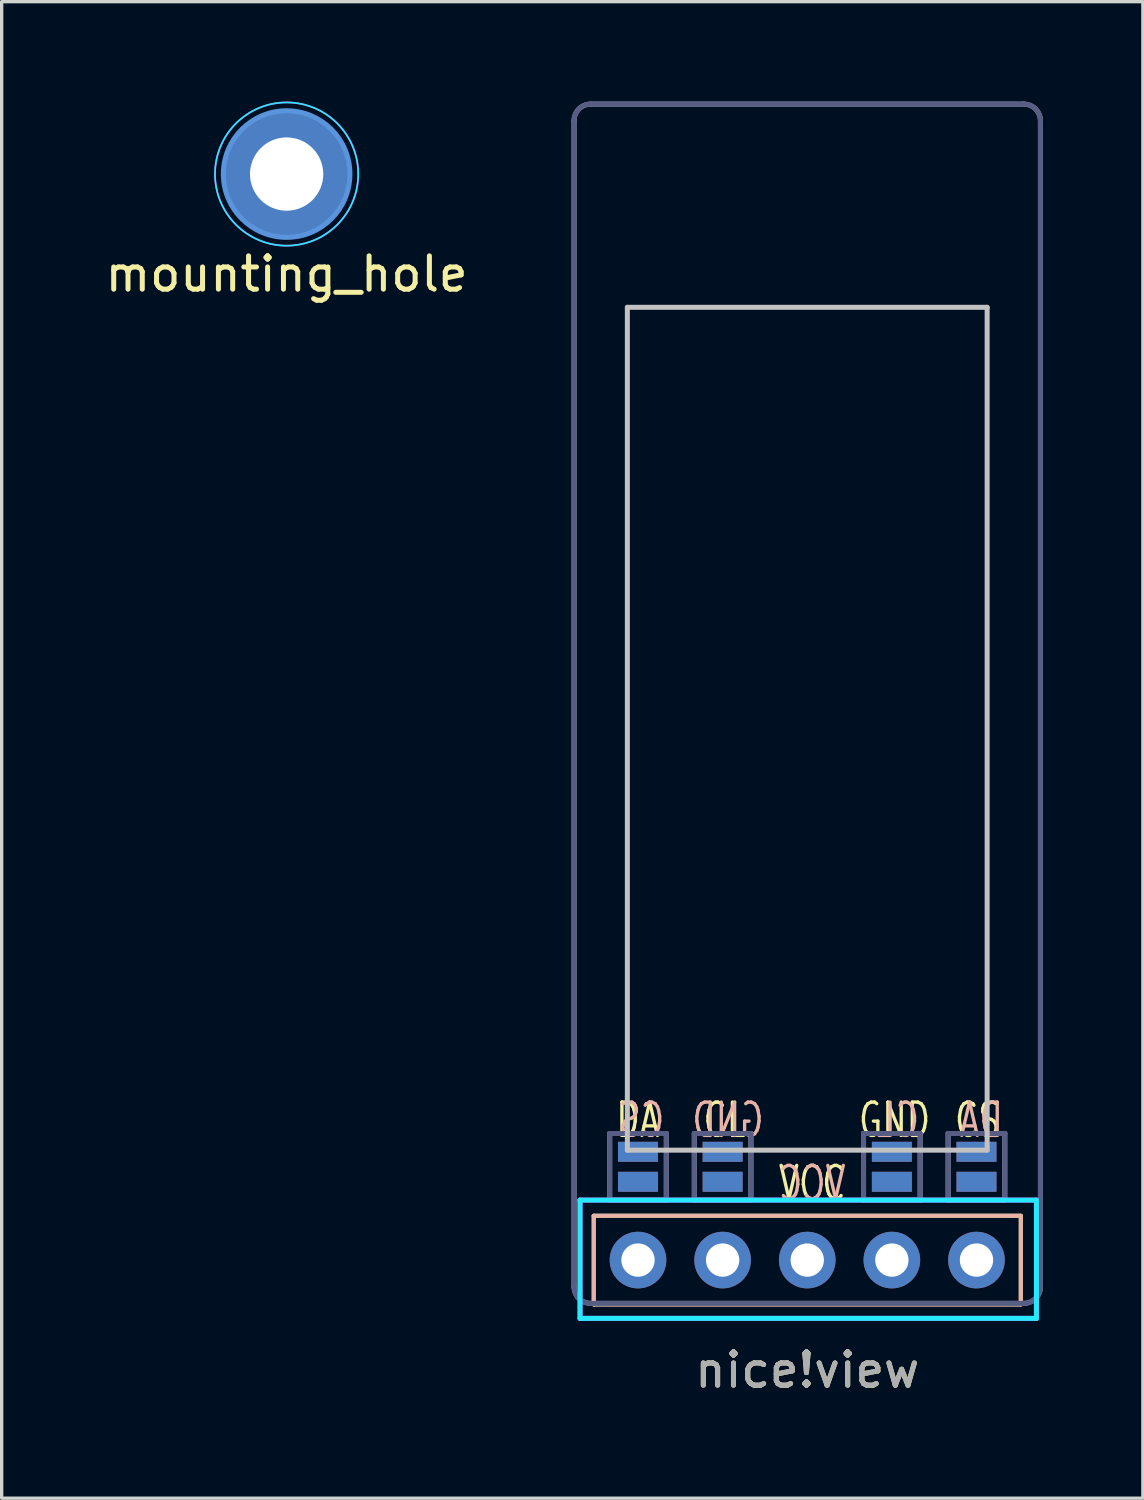
<source format=kicad_pcb>
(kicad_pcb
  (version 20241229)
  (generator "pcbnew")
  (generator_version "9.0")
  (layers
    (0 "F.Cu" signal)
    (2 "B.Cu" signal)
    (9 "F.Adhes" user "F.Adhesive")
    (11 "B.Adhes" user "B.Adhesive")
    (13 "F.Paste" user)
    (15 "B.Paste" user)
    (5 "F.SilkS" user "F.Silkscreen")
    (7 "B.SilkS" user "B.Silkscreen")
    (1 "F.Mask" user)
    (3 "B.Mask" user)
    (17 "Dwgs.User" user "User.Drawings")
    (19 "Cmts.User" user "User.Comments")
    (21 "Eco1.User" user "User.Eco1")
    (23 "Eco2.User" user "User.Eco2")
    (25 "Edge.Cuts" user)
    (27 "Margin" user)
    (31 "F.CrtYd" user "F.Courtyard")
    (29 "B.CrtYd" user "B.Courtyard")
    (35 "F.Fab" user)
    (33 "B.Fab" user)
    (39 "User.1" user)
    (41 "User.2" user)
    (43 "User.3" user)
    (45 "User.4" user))
  (footprint "nice!view"
    (layer "F.Cu")
    (at 21.182 18.075)
    (property "Reference" "nice!view" (at 0 20 0) (layer "F.SilkS") (effects (font (size 1 1) (thickness 0.15))))
    (attr through_hole)
    (fp_line (start -6.41 15.37) (end -6.41 18.03) (stroke (width 0.12) (type solid)) (layer "F.SilkS"))
    (fp_line (start 6.41 15.37) (end -6.41 15.37) (stroke (width 0.12) (type solid)) (layer "F.SilkS"))
    (fp_line (start 6.41 15.37) (end 6.41 18.03) (stroke (width 0.12) (type solid)) (layer "F.SilkS"))
    (fp_line (start 6.41 18.03) (end -6.41 18.03) (stroke (width 0.12) (type solid)) (layer "F.SilkS"))
    (fp_line (start -6.41 15.37) (end -6.41 18.03) (stroke (width 0.12) (type solid)) (layer "B.SilkS"))
    (fp_line (start 6.41 15.37) (end -6.41 15.37) (stroke (width 0.12) (type solid)) (layer "B.SilkS"))
    (fp_line (start 6.41 15.37) (end 6.41 18.03) (stroke (width 0.12) (type solid)) (layer "B.SilkS"))
    (fp_line (start 6.41 18.03) (end -6.41 18.03) (stroke (width 0.12) (type solid)) (layer "B.SilkS"))
    (fp_line (start -5.4 13.4) (end -5.4 -11.9) (stroke (width 0.15) (type solid)) (layer "Dwgs.User"))
    (fp_line (start -5.4 13.4) (end 5.4 13.4) (stroke (width 0.15) (type solid)) (layer "Dwgs.User"))
    (fp_line (start 5.4 -11.9) (end -5.4 -11.9) (stroke (width 0.15) (type solid)) (layer "Dwgs.User"))
    (fp_line (start 5.4 13.4) (end 5.4 -11.9) (stroke (width 0.15) (type solid)) (layer "Dwgs.User"))
    (fp_line (start -6.82 14.9) (end 6.88 14.9) (stroke (width 0.15) (type solid)) (layer "B.CrtYd"))
    (fp_line (start -6.82 18.45) (end -6.82 14.9) (stroke (width 0.15) (type solid)) (layer "B.CrtYd"))
    (fp_line (start 6.88 14.9) (end 6.88 18.45) (stroke (width 0.15) (type solid)) (layer "B.CrtYd"))
    (fp_line (start 6.88 18.45) (end -6.82 18.45) (stroke (width 0.15) (type solid)) (layer "B.CrtYd"))
    (fp_line (start -6.82 14.9) (end 6.88 14.9) (stroke (width 0.15) (type solid)) (layer "F.CrtYd"))
    (fp_line (start -6.82 18.45) (end -6.82 14.9) (stroke (width 0.15) (type solid)) (layer "F.CrtYd"))
    (fp_line (start 6.88 14.9) (end 6.88 18.45) (stroke (width 0.15) (type solid)) (layer "F.CrtYd"))
    (fp_line (start 6.88 18.45) (end -6.82 18.45) (stroke (width 0.15) (type solid)) (layer "F.CrtYd"))
    (fp_line (start -7 -17.5) (end -7 17.5) (stroke (width 0.15) (type solid)) (layer "B.Fab"))
    (fp_line (start -6.5 18) (end 6.5 18) (stroke (width 0.15) (type solid)) (layer "B.Fab"))
    (fp_line (start -5.93 12.9) (end -5.93 14.9) (stroke (width 0.15) (type solid)) (layer "B.Fab"))
    (fp_line (start -5.93 14.9) (end -4.23 14.9) (stroke (width 0.15) (type solid)) (layer "B.Fab"))
    (fp_line (start -4.23 12.9) (end -5.93 12.9) (stroke (width 0.15) (type solid)) (layer "B.Fab"))
    (fp_line (start -4.23 14.9) (end -4.23 12.9) (stroke (width 0.15) (type solid)) (layer "B.Fab"))
    (fp_line (start -3.39 12.9) (end -3.39 14.9) (stroke (width 0.15) (type solid)) (layer "B.Fab"))
    (fp_line (start -3.39 14.9) (end -1.69 14.9) (stroke (width 0.15) (type solid)) (layer "B.Fab"))
    (fp_line (start -1.69 12.9) (end -3.39 12.9) (stroke (width 0.15) (type solid)) (layer "B.Fab"))
    (fp_line (start -1.69 14.9) (end -1.69 12.9) (stroke (width 0.15) (type solid)) (layer "B.Fab"))
    (fp_line (start 1.69 12.9) (end 1.69 14.9) (stroke (width 0.15) (type solid)) (layer "B.Fab"))
    (fp_line (start 1.69 14.9) (end 3.39 14.9) (stroke (width 0.15) (type solid)) (layer "B.Fab"))
    (fp_line (start 3.39 12.9) (end 1.69 12.9) (stroke (width 0.15) (type solid)) (layer "B.Fab"))
    (fp_line (start 3.39 14.9) (end 3.39 12.9) (stroke (width 0.15) (type solid)) (layer "B.Fab"))
    (fp_line (start 4.23 12.9) (end 4.23 14.9) (stroke (width 0.15) (type solid)) (layer "B.Fab"))
    (fp_line (start 4.23 14.9) (end 5.93 14.9) (stroke (width 0.15) (type solid)) (layer "B.Fab"))
    (fp_line (start 5.93 12.9) (end 4.23 12.9) (stroke (width 0.15) (type solid)) (layer "B.Fab"))
    (fp_line (start 5.93 14.9) (end 5.93 12.9) (stroke (width 0.15) (type solid)) (layer "B.Fab"))
    (fp_line (start 6.5 -18) (end -6.5 -18) (stroke (width 0.15) (type solid)) (layer "B.Fab"))
    (fp_line (start 7 -17.5) (end 7 17.5) (stroke (width 0.15) (type solid)) (layer "B.Fab"))
    (fp_arc (start -7 -17.5) (mid -6.853553 -17.853553) (end -6.5 -18) (stroke (width 0.15) (type solid)) (layer "B.Fab"))
    (fp_arc (start -6.5 18) (mid -6.853553 17.853553) (end -7 17.5) (stroke (width 0.15) (type solid)) (layer "B.Fab"))
    (fp_arc (start 6.5 -18) (mid 6.853553 -17.853553) (end 7 -17.5) (stroke (width 0.15) (type solid)) (layer "B.Fab"))
    (fp_arc (start 7 17.5) (mid 6.853553 17.853553) (end 6.5 18) (stroke (width 0.15) (type solid)) (layer "B.Fab"))
    (fp_line (start -7 17.5) (end -7 -17.5) (stroke (width 0.15) (type solid)) (layer "F.Fab"))
    (fp_line (start -6.5 -18) (end 6.5 -18) (stroke (width 0.15) (type solid)) (layer "F.Fab"))
    (fp_line (start -5.93 12.9) (end -4.23 12.9) (stroke (width 0.15) (type solid)) (layer "F.Fab"))
    (fp_line (start -5.93 14.9) (end -5.93 12.9) (stroke (width 0.15) (type solid)) (layer "F.Fab"))
    (fp_line (start -4.23 12.9) (end -4.23 14.9) (stroke (width 0.15) (type solid)) (layer "F.Fab"))
    (fp_line (start -4.23 14.9) (end -5.93 14.9) (stroke (width 0.15) (type solid)) (layer "F.Fab"))
    (fp_line (start -3.39 12.9) (end -1.69 12.9) (stroke (width 0.15) (type solid)) (layer "F.Fab"))
    (fp_line (start -3.39 14.9) (end -3.39 12.9) (stroke (width 0.15) (type solid)) (layer "F.Fab"))
    (fp_line (start -1.69 12.9) (end -1.69 14.9) (stroke (width 0.15) (type solid)) (layer "F.Fab"))
    (fp_line (start -1.69 14.9) (end -3.39 14.9) (stroke (width 0.15) (type solid)) (layer "F.Fab"))
    (fp_line (start 1.69 12.9) (end 3.39 12.9) (stroke (width 0.15) (type solid)) (layer "F.Fab"))
    (fp_line (start 1.69 14.9) (end 1.69 12.9) (stroke (width 0.15) (type solid)) (layer "F.Fab"))
    (fp_line (start 3.39 12.9) (end 3.39 14.9) (stroke (width 0.15) (type solid)) (layer "F.Fab"))
    (fp_line (start 3.39 14.9) (end 1.69 14.9) (stroke (width 0.15) (type solid)) (layer "F.Fab"))
    (fp_line (start 4.23 12.9) (end 5.93 12.9) (stroke (width 0.15) (type solid)) (layer "F.Fab"))
    (fp_line (start 4.23 14.9) (end 4.23 12.9) (stroke (width 0.15) (type solid)) (layer "F.Fab"))
    (fp_line (start 5.93 12.9) (end 5.93 14.9) (stroke (width 0.15) (type solid)) (layer "F.Fab"))
    (fp_line (start 5.93 14.9) (end 4.23 14.9) (stroke (width 0.15) (type solid)) (layer "F.Fab"))
    (fp_line (start 6.5 18) (end -6.5 18) (stroke (width 0.15) (type solid)) (layer "F.Fab"))
    (fp_line (start 7 17.5) (end 7 -17.5) (stroke (width 0.15) (type solid)) (layer "F.Fab"))
    (fp_arc (start -7 -17.5) (mid -6.853553 -17.853553) (end -6.5 -18) (stroke (width 0.15) (type solid)) (layer "F.Fab"))
    (fp_arc (start -6.5 18) (mid -6.853553 17.853553) (end -7 17.5) (stroke (width 0.15) (type solid)) (layer "F.Fab"))
    (fp_arc (start 6.5 -18) (mid 6.853553 -17.853553) (end 7 -17.5) (stroke (width 0.15) (type solid)) (layer "F.Fab"))
    (fp_arc (start 7 17.5) (mid 6.853553 17.853553) (end 6.5 18) (stroke (width 0.15) (type solid)) (layer "F.Fab"))
    (fp_text user "VCC" (at 0.15 14.4 0) (layer "F.SilkS") (effects (font (size 1 0.7) (thickness 0.1))))
    (fp_text user "DA" (at -5.08 12.5 0) (layer "F.SilkS") (effects (font (size 1 0.7) (thickness 0.1))))
    (fp_text user "CL" (at -2.48 12.5 0) (layer "F.SilkS") (effects (font (size 1 0.7) (thickness 0.1))))
    (fp_text user "GND" (at 2.62 12.5 0) (layer "F.SilkS") (effects (font (size 1 0.7) (thickness 0.1))))
    (fp_text user "CS" (at 5.12 12.5 0) (layer "F.SilkS") (effects (font (size 1 0.7) (thickness 0.1))))
    (fp_text user "CS" (at -4.98 12.5 0) (layer "B.SilkS") (effects (font (size 1 0.7) (thickness 0.1)) (justify mirror)))
    (fp_text user "CL" (at 2.72 12.5 0) (layer "B.SilkS") (effects (font (size 1 0.7) (thickness 0.1)) (justify mirror)))
    (fp_text user "DA" (at 5.22 12.5 0) (layer "B.SilkS") (effects (font (size 1 0.7) (thickness 0.1)) (justify mirror)))
    (fp_text user "VCC" (at 0.15 14.4 0) (layer "B.SilkS") (effects (font (size 1 0.7) (thickness 0.1)) (justify mirror)))
    (fp_text user "GND" (at -2.38 12.5 0) (layer "B.SilkS") (effects (font (size 1 0.7) (thickness 0.1)) (justify mirror)))
    (fp_text user "${REFERENCE}" (at 0 20 0) (layer "F.Fab") (effects (font (size 1 1) (thickness 0.15))))
    (pad "1" thru_hole oval (at -5.08 16.7 270) (size 1.7 1.7) (drill 1) (layers "*.Cu" "*.Mask"))
    (pad "2" thru_hole oval (at -2.54 16.7 270) (size 1.7 1.7) (drill 1) (layers "*.Cu" "*.Mask"))
    (pad "3" thru_hole oval (at 0 16.7 270) (size 1.7 1.7) (drill 1) (layers "*.Cu" "*.Mask"))
    (pad "4" thru_hole oval (at 2.54 16.7 270) (size 1.7 1.7) (drill 1) (layers "*.Cu" "*.Mask"))
    (pad "5" thru_hole circle (at 5.08 16.7 270) (size 1.7 1.7) (drill 1) (layers "*.Cu" "*.Mask"))
    (pad "10" smd rect (at -5.08 14.35 90) (size 0.6 1.2) (layers "F.Cu" "F.Mask"))
    (pad "11" smd rect (at -2.54 14.35 90) (size 0.6 1.2) (layers "F.Cu" "F.Mask"))
    (pad "12" smd rect (at 2.54 14.35 90) (size 0.6 1.2) (layers "F.Cu" "F.Mask"))
    (pad "13" smd rect (at 5.08 14.35 90) (size 0.6 1.2) (layers "F.Cu" "F.Mask"))
    (pad "14" smd rect (at -5.08 13.45 90) (size 0.6 1.2) (layers "F.Cu" "F.Mask"))
    (pad "15" smd rect (at -2.54 13.45 90) (size 0.6 1.2) (layers "F.Cu" "F.Mask"))
    (pad "16" smd rect (at 2.54 13.45 90) (size 0.6 1.2) (layers "F.Cu" "F.Mask"))
    (pad "17" smd rect (at 5.08 13.45 90) (size 0.6 1.2) (layers "F.Cu" "F.Mask"))
    (pad "20" smd rect (at 5.08 14.35 270) (size 0.6 1.2) (layers "B.Cu" "B.Mask"))
    (pad "21" smd rect (at 2.54 14.35 270) (size 0.6 1.2) (layers "B.Cu" "B.Mask"))
    (pad "22" smd rect (at -2.54 14.35 270) (size 0.6 1.2) (layers "B.Cu" "B.Mask"))
    (pad "23" smd rect (at -5.08 14.35 270) (size 0.6 1.2) (layers "B.Cu" "B.Mask"))
    (pad "24" smd rect (at 5.08 13.45 270) (size 0.6 1.2) (layers "B.Cu" "B.Mask"))
    (pad "25" smd rect (at 2.54 13.45 270) (size 0.6 1.2) (layers "B.Cu" "B.Mask"))
    (pad "26" smd rect (at -2.54 13.45 270) (size 0.6 1.2) (layers "B.Cu" "B.Mask"))
    (pad "27" smd rect (at -5.08 13.45 270) (size 0.6 1.2) (layers "B.Cu" "B.Mask")))
  (footprint "mounting_hole"
    (layer "F.Cu")
    (at 5.554 2.175)
    (property "Reference" "mounting_hole" (at 0 3 0) (layer "F.SilkS") (effects (font (size 1 1) (thickness 0.15))))
    (attr through_hole)
    (fp_circle (center 0 0) (end -1.9 0) (stroke (width 0.15) (type solid)) (fill no) (layer "Cmts.User"))
    (fp_circle (center 0 0) (end -2.15 0) (stroke (width 0.05) (type solid)) (fill no) (layer "B.CrtYd"))
    (fp_circle (center 0 0) (end -2.15 0) (stroke (width 0.05) (type solid)) (fill no) (layer "F.CrtYd"))
    (pad "" thru_hole circle (at 0 0 180) (size 3.8 3.8) (drill 2.2) (layers "*.Cu" "*.Mask")))
  (gr_rect
    (start -3 -3)
    (end 31.257 41.923)
    (stroke (width 0.1) (type default))
    (fill no)
    (layer "Edge.Cuts")))
</source>
